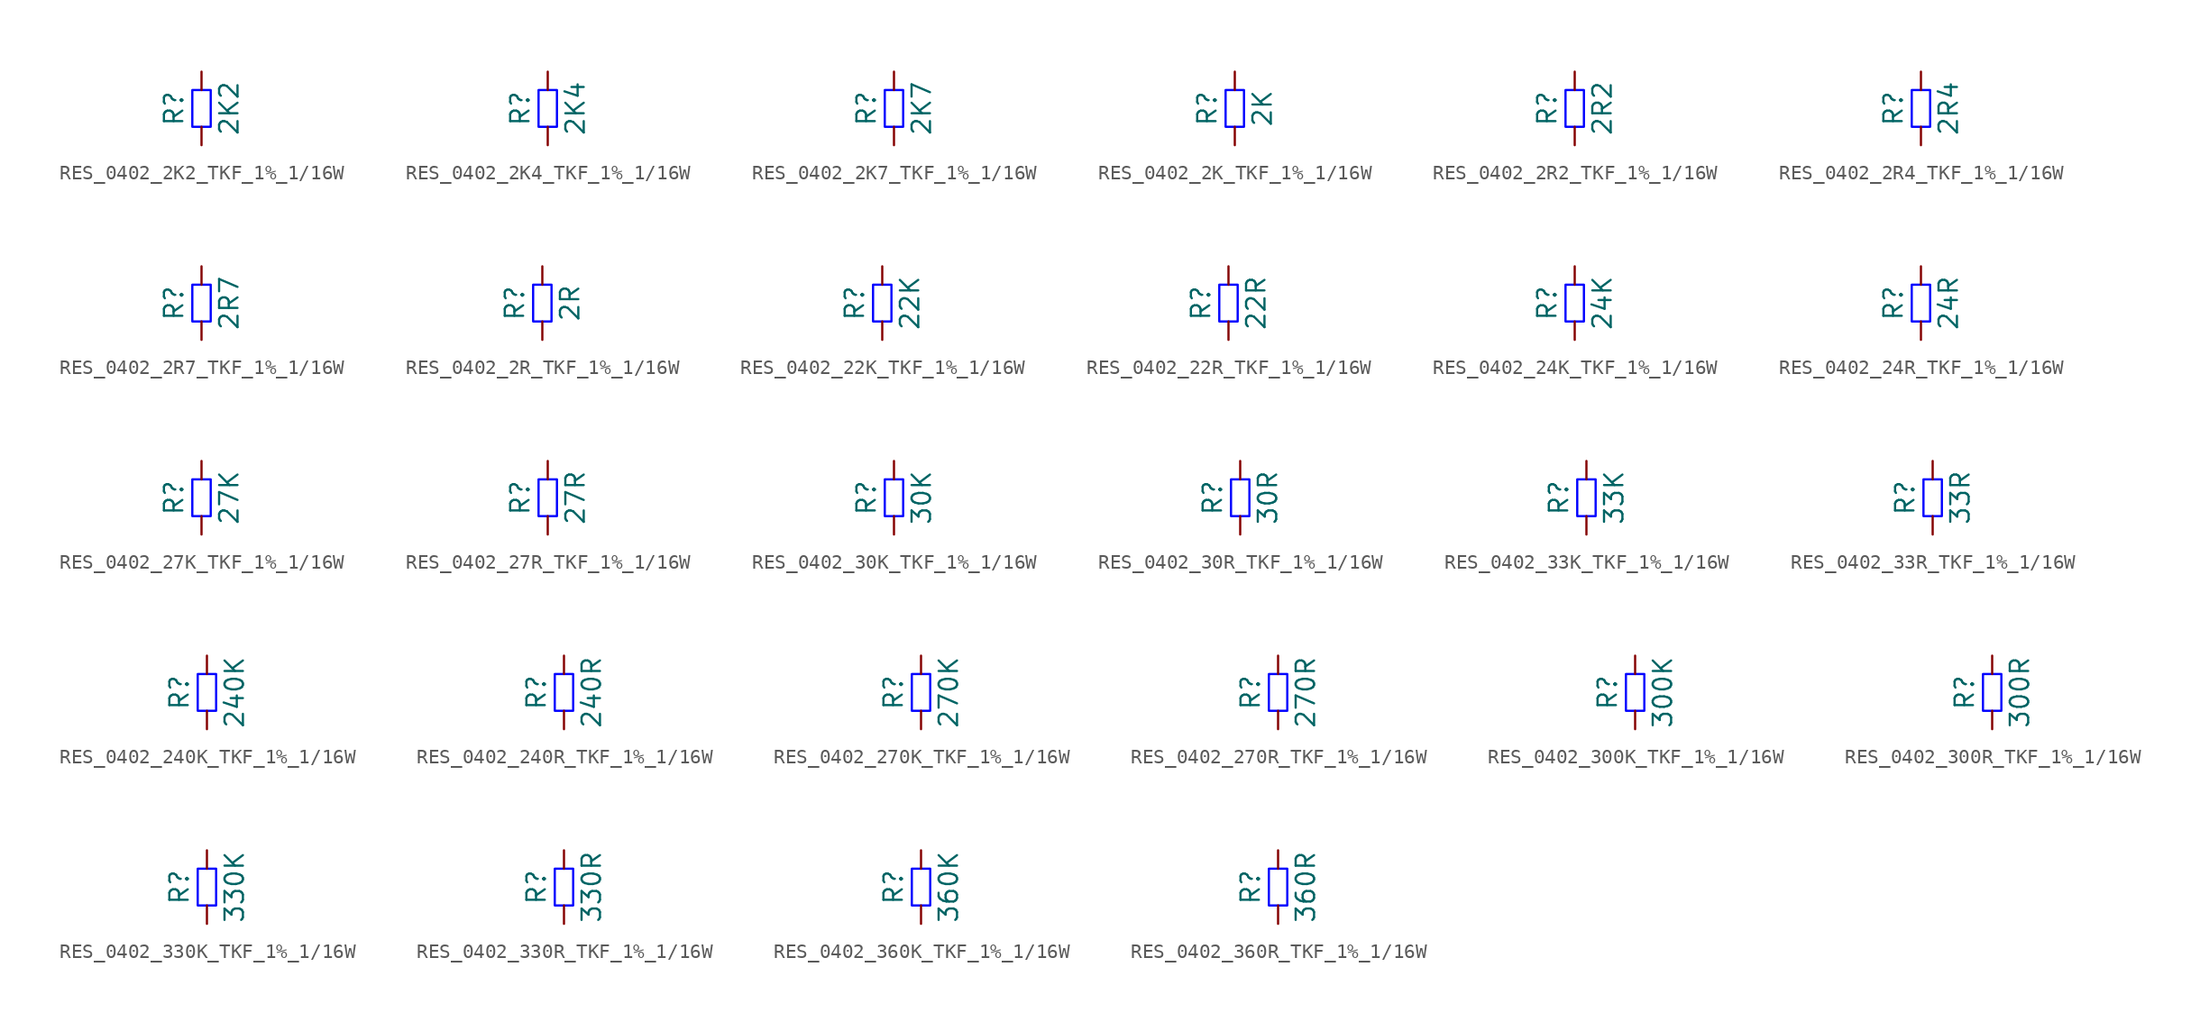
<source format=kicad_sym>
(kicad_symbol_lib
  (version 20220914)
  (generator kicad_symbol_editor)
  (symbol "RES_0402_2K2_TKF_1%_1/16W"
    (pin_numbers hide)
    (pin_names
      (offset 0) hide)
    (property "Reference" "R"
      (at -1.905 0 90)
      (do_not_autoplace)
      (effects (font (size 1.27 1.27))))
    (property "Value" "2K2"
      (at 1.905 0 90)
      (do_not_autoplace)
      (effects (font (size 1.27 1.27))))
    (symbol "RES_0402_2K2_TKF_1%_1/16W_1_1"
      (rectangle (start -0.635 -1.27) (end 0.635 1.27) (stroke (width 0) (type solid) (color 0 0 255 1)) (fill (type none)))
      (pin passive line (at 0 -2.54 90) (length 1.27) (name "~" (effects (font (size 1.27 1.27)))) (number "1" (effects (font (size 1.27 1.27)))))
      (pin passive line (at 0 2.54 270) (length 1.27) (name "~" (effects (font (size 1.27 1.27)))) (number "2" (effects (font (size 1.27 1.27)))))))
  (symbol "RES_0402_2K4_TKF_1%_1/16W"
    (pin_numbers hide)
    (pin_names
      (offset 0) hide)
    (property "Reference" "R"
      (at -1.905 0 90)
      (do_not_autoplace)
      (effects (font (size 1.27 1.27))))
    (property "Value" "2K4"
      (at 1.905 0 90)
      (do_not_autoplace)
      (effects (font (size 1.27 1.27))))
    (symbol "RES_0402_2K4_TKF_1%_1/16W_1_1"
      (rectangle (start -0.635 -1.27) (end 0.635 1.27) (stroke (width 0) (type solid) (color 0 0 255 1)) (fill (type none)))
      (pin passive line (at 0 -2.54 90) (length 1.27) (name "~" (effects (font (size 1.27 1.27)))) (number "1" (effects (font (size 1.27 1.27)))))
      (pin passive line (at 0 2.54 270) (length 1.27) (name "~" (effects (font (size 1.27 1.27)))) (number "2" (effects (font (size 1.27 1.27)))))))
  (symbol "RES_0402_2K7_TKF_1%_1/16W"
    (pin_numbers hide)
    (pin_names
      (offset 0) hide)
    (property "Reference" "R"
      (at -1.905 0 90)
      (do_not_autoplace)
      (effects (font (size 1.27 1.27))))
    (property "Value" "2K7"
      (at 1.905 0 90)
      (do_not_autoplace)
      (effects (font (size 1.27 1.27))))
    (symbol "RES_0402_2K7_TKF_1%_1/16W_1_1"
      (rectangle (start -0.635 -1.27) (end 0.635 1.27) (stroke (width 0) (type solid) (color 0 0 255 1)) (fill (type none)))
      (pin passive line (at 0 -2.54 90) (length 1.27) (name "~" (effects (font (size 1.27 1.27)))) (number "1" (effects (font (size 1.27 1.27)))))
      (pin passive line (at 0 2.54 270) (length 1.27) (name "~" (effects (font (size 1.27 1.27)))) (number "2" (effects (font (size 1.27 1.27)))))))
  (symbol "RES_0402_2K_TKF_1%_1/16W"
    (pin_numbers hide)
    (pin_names
      (offset 0) hide)
    (property "Reference" "R"
      (at -1.905 0 90)
      (do_not_autoplace)
      (effects (font (size 1.27 1.27))))
    (property "Value" "2K"
      (at 1.905 0 90)
      (do_not_autoplace)
      (effects (font (size 1.27 1.27))))
    (symbol "RES_0402_2K_TKF_1%_1/16W_1_1"
      (rectangle (start -0.635 -1.27) (end 0.635 1.27) (stroke (width 0) (type solid) (color 0 0 255 1)) (fill (type none)))
      (pin passive line (at 0 -2.54 90) (length 1.27) (name "~" (effects (font (size 1.27 1.27)))) (number "1" (effects (font (size 1.27 1.27)))))
      (pin passive line (at 0 2.54 270) (length 1.27) (name "~" (effects (font (size 1.27 1.27)))) (number "2" (effects (font (size 1.27 1.27)))))))
  (symbol "RES_0402_2R2_TKF_1%_1/16W"
    (pin_numbers hide)
    (pin_names
      (offset 0) hide)
    (property "Reference" "R"
      (at -1.905 0 90)
      (do_not_autoplace)
      (effects (font (size 1.27 1.27))))
    (property "Value" "2R2"
      (at 1.905 0 90)
      (do_not_autoplace)
      (effects (font (size 1.27 1.27))))
    (symbol "RES_0402_2R2_TKF_1%_1/16W_1_1"
      (rectangle (start -0.635 -1.27) (end 0.635 1.27) (stroke (width 0) (type solid) (color 0 0 255 1)) (fill (type none)))
      (pin passive line (at 0 -2.54 90) (length 1.27) (name "~" (effects (font (size 1.27 1.27)))) (number "1" (effects (font (size 1.27 1.27)))))
      (pin passive line (at 0 2.54 270) (length 1.27) (name "~" (effects (font (size 1.27 1.27)))) (number "2" (effects (font (size 1.27 1.27)))))))
  (symbol "RES_0402_2R4_TKF_1%_1/16W"
    (pin_numbers hide)
    (pin_names
      (offset 0) hide)
    (property "Reference" "R"
      (at -1.905 0 90)
      (do_not_autoplace)
      (effects (font (size 1.27 1.27))))
    (property "Value" "2R4"
      (at 1.905 0 90)
      (do_not_autoplace)
      (effects (font (size 1.27 1.27))))
    (symbol "RES_0402_2R4_TKF_1%_1/16W_1_1"
      (rectangle (start -0.635 -1.27) (end 0.635 1.27) (stroke (width 0) (type solid) (color 0 0 255 1)) (fill (type none)))
      (pin passive line (at 0 -2.54 90) (length 1.27) (name "~" (effects (font (size 1.27 1.27)))) (number "1" (effects (font (size 1.27 1.27)))))
      (pin passive line (at 0 2.54 270) (length 1.27) (name "~" (effects (font (size 1.27 1.27)))) (number "2" (effects (font (size 1.27 1.27)))))))
  (symbol "RES_0402_2R7_TKF_1%_1/16W"
    (pin_numbers hide)
    (pin_names
      (offset 0) hide)
    (property "Reference" "R"
      (at -1.905 0 90)
      (do_not_autoplace)
      (effects (font (size 1.27 1.27))))
    (property "Value" "2R7"
      (at 1.905 0 90)
      (do_not_autoplace)
      (effects (font (size 1.27 1.27))))
    (symbol "RES_0402_2R7_TKF_1%_1/16W_1_1"
      (rectangle (start -0.635 -1.27) (end 0.635 1.27) (stroke (width 0) (type solid) (color 0 0 255 1)) (fill (type none)))
      (pin passive line (at 0 -2.54 90) (length 1.27) (name "~" (effects (font (size 1.27 1.27)))) (number "1" (effects (font (size 1.27 1.27)))))
      (pin passive line (at 0 2.54 270) (length 1.27) (name "~" (effects (font (size 1.27 1.27)))) (number "2" (effects (font (size 1.27 1.27)))))))
  (symbol "RES_0402_2R_TKF_1%_1/16W"
    (pin_numbers hide)
    (pin_names
      (offset 0) hide)
    (property "Reference" "R"
      (at -1.905 0 90)
      (do_not_autoplace)
      (effects (font (size 1.27 1.27))))
    (property "Value" "2R"
      (at 1.905 0 90)
      (do_not_autoplace)
      (effects (font (size 1.27 1.27))))
    (symbol "RES_0402_2R_TKF_1%_1/16W_1_1"
      (rectangle (start -0.635 -1.27) (end 0.635 1.27) (stroke (width 0) (type solid) (color 0 0 255 1)) (fill (type none)))
      (pin passive line (at 0 -2.54 90) (length 1.27) (name "~" (effects (font (size 1.27 1.27)))) (number "1" (effects (font (size 1.27 1.27)))))
      (pin passive line (at 0 2.54 270) (length 1.27) (name "~" (effects (font (size 1.27 1.27)))) (number "2" (effects (font (size 1.27 1.27)))))))
  (symbol "RES_0402_22K_TKF_1%_1/16W"
    (pin_numbers hide)
    (pin_names
      (offset 0) hide)
    (property "Reference" "R"
      (at -1.905 0 90)
      (do_not_autoplace)
      (effects (font (size 1.27 1.27))))
    (property "Value" "22K"
      (at 1.905 0 90)
      (do_not_autoplace)
      (effects (font (size 1.27 1.27))))
    (symbol "RES_0402_22K_TKF_1%_1/16W_1_1"
      (rectangle (start -0.635 -1.27) (end 0.635 1.27) (stroke (width 0) (type solid) (color 0 0 255 1)) (fill (type none)))
      (pin passive line (at 0 -2.54 90) (length 1.27) (name "~" (effects (font (size 1.27 1.27)))) (number "1" (effects (font (size 1.27 1.27)))))
      (pin passive line (at 0 2.54 270) (length 1.27) (name "~" (effects (font (size 1.27 1.27)))) (number "2" (effects (font (size 1.27 1.27)))))))
  (symbol "RES_0402_22R_TKF_1%_1/16W"
    (pin_numbers hide)
    (pin_names
      (offset 0) hide)
    (property "Reference" "R"
      (at -1.905 0 90)
      (do_not_autoplace)
      (effects (font (size 1.27 1.27))))
    (property "Value" "22R"
      (at 1.905 0 90)
      (do_not_autoplace)
      (effects (font (size 1.27 1.27))))
    (symbol "RES_0402_22R_TKF_1%_1/16W_1_1"
      (rectangle (start -0.635 -1.27) (end 0.635 1.27) (stroke (width 0) (type solid) (color 0 0 255 1)) (fill (type none)))
      (pin passive line (at 0 -2.54 90) (length 1.27) (name "~" (effects (font (size 1.27 1.27)))) (number "1" (effects (font (size 1.27 1.27)))))
      (pin passive line (at 0 2.54 270) (length 1.27) (name "~" (effects (font (size 1.27 1.27)))) (number "2" (effects (font (size 1.27 1.27)))))))
  (symbol "RES_0402_24K_TKF_1%_1/16W"
    (pin_numbers hide)
    (pin_names
      (offset 0) hide)
    (property "Reference" "R"
      (at -1.905 0 90)
      (do_not_autoplace)
      (effects (font (size 1.27 1.27))))
    (property "Value" "24K"
      (at 1.905 0 90)
      (do_not_autoplace)
      (effects (font (size 1.27 1.27))))
    (symbol "RES_0402_24K_TKF_1%_1/16W_1_1"
      (rectangle (start -0.635 -1.27) (end 0.635 1.27) (stroke (width 0) (type solid) (color 0 0 255 1)) (fill (type none)))
      (pin passive line (at 0 -2.54 90) (length 1.27) (name "~" (effects (font (size 1.27 1.27)))) (number "1" (effects (font (size 1.27 1.27)))))
      (pin passive line (at 0 2.54 270) (length 1.27) (name "~" (effects (font (size 1.27 1.27)))) (number "2" (effects (font (size 1.27 1.27)))))))
  (symbol "RES_0402_24R_TKF_1%_1/16W"
    (pin_numbers hide)
    (pin_names
      (offset 0) hide)
    (property "Reference" "R"
      (at -1.905 0 90)
      (do_not_autoplace)
      (effects (font (size 1.27 1.27))))
    (property "Value" "24R"
      (at 1.905 0 90)
      (do_not_autoplace)
      (effects (font (size 1.27 1.27))))
    (symbol "RES_0402_24R_TKF_1%_1/16W_1_1"
      (rectangle (start -0.635 -1.27) (end 0.635 1.27) (stroke (width 0) (type solid) (color 0 0 255 1)) (fill (type none)))
      (pin passive line (at 0 -2.54 90) (length 1.27) (name "~" (effects (font (size 1.27 1.27)))) (number "1" (effects (font (size 1.27 1.27)))))
      (pin passive line (at 0 2.54 270) (length 1.27) (name "~" (effects (font (size 1.27 1.27)))) (number "2" (effects (font (size 1.27 1.27)))))))
  (symbol "RES_0402_27K_TKF_1%_1/16W"
    (pin_numbers hide)
    (pin_names
      (offset 0) hide)
    (property "Reference" "R"
      (at -1.905 0 90)
      (do_not_autoplace)
      (effects (font (size 1.27 1.27))))
    (property "Value" "27K"
      (at 1.905 0 90)
      (do_not_autoplace)
      (effects (font (size 1.27 1.27))))
    (symbol "RES_0402_27K_TKF_1%_1/16W_1_1"
      (rectangle (start -0.635 -1.27) (end 0.635 1.27) (stroke (width 0) (type solid) (color 0 0 255 1)) (fill (type none)))
      (pin passive line (at 0 -2.54 90) (length 1.27) (name "~" (effects (font (size 1.27 1.27)))) (number "1" (effects (font (size 1.27 1.27)))))
      (pin passive line (at 0 2.54 270) (length 1.27) (name "~" (effects (font (size 1.27 1.27)))) (number "2" (effects (font (size 1.27 1.27)))))))
  (symbol "RES_0402_27R_TKF_1%_1/16W"
    (pin_numbers hide)
    (pin_names
      (offset 0) hide)
    (property "Reference" "R"
      (at -1.905 0 90)
      (do_not_autoplace)
      (effects (font (size 1.27 1.27))))
    (property "Value" "27R"
      (at 1.905 0 90)
      (do_not_autoplace)
      (effects (font (size 1.27 1.27))))
    (symbol "RES_0402_27R_TKF_1%_1/16W_1_1"
      (rectangle (start -0.635 -1.27) (end 0.635 1.27) (stroke (width 0) (type solid) (color 0 0 255 1)) (fill (type none)))
      (pin passive line (at 0 -2.54 90) (length 1.27) (name "~" (effects (font (size 1.27 1.27)))) (number "1" (effects (font (size 1.27 1.27)))))
      (pin passive line (at 0 2.54 270) (length 1.27) (name "~" (effects (font (size 1.27 1.27)))) (number "2" (effects (font (size 1.27 1.27)))))))
  (symbol "RES_0402_30K_TKF_1%_1/16W"
    (pin_numbers hide)
    (pin_names
      (offset 0) hide)
    (property "Reference" "R"
      (at -1.905 0 90)
      (do_not_autoplace)
      (effects (font (size 1.27 1.27))))
    (property "Value" "30K"
      (at 1.905 0 90)
      (do_not_autoplace)
      (effects (font (size 1.27 1.27))))
    (symbol "RES_0402_30K_TKF_1%_1/16W_1_1"
      (rectangle (start -0.635 -1.27) (end 0.635 1.27) (stroke (width 0) (type solid) (color 0 0 255 1)) (fill (type none)))
      (pin passive line (at 0 -2.54 90) (length 1.27) (name "~" (effects (font (size 1.27 1.27)))) (number "1" (effects (font (size 1.27 1.27)))))
      (pin passive line (at 0 2.54 270) (length 1.27) (name "~" (effects (font (size 1.27 1.27)))) (number "2" (effects (font (size 1.27 1.27)))))))
  (symbol "RES_0402_30R_TKF_1%_1/16W"
    (pin_numbers hide)
    (pin_names
      (offset 0) hide)
    (property "Reference" "R"
      (at -1.905 0 90)
      (do_not_autoplace)
      (effects (font (size 1.27 1.27))))
    (property "Value" "30R"
      (at 1.905 0 90)
      (do_not_autoplace)
      (effects (font (size 1.27 1.27))))
    (symbol "RES_0402_30R_TKF_1%_1/16W_1_1"
      (rectangle (start -0.635 -1.27) (end 0.635 1.27) (stroke (width 0) (type solid) (color 0 0 255 1)) (fill (type none)))
      (pin passive line (at 0 -2.54 90) (length 1.27) (name "~" (effects (font (size 1.27 1.27)))) (number "1" (effects (font (size 1.27 1.27)))))
      (pin passive line (at 0 2.54 270) (length 1.27) (name "~" (effects (font (size 1.27 1.27)))) (number "2" (effects (font (size 1.27 1.27)))))))
  (symbol "RES_0402_33K_TKF_1%_1/16W"
    (pin_numbers hide)
    (pin_names
      (offset 0) hide)
    (property "Reference" "R"
      (at -1.905 0 90)
      (do_not_autoplace)
      (effects (font (size 1.27 1.27))))
    (property "Value" "33K"
      (at 1.905 0 90)
      (do_not_autoplace)
      (effects (font (size 1.27 1.27))))
    (symbol "RES_0402_33K_TKF_1%_1/16W_1_1"
      (rectangle (start -0.635 -1.27) (end 0.635 1.27) (stroke (width 0) (type solid) (color 0 0 255 1)) (fill (type none)))
      (pin passive line (at 0 -2.54 90) (length 1.27) (name "~" (effects (font (size 1.27 1.27)))) (number "1" (effects (font (size 1.27 1.27)))))
      (pin passive line (at 0 2.54 270) (length 1.27) (name "~" (effects (font (size 1.27 1.27)))) (number "2" (effects (font (size 1.27 1.27)))))))
  (symbol "RES_0402_33R_TKF_1%_1/16W"
    (pin_numbers hide)
    (pin_names
      (offset 0) hide)
    (property "Reference" "R"
      (at -1.905 0 90)
      (do_not_autoplace)
      (effects (font (size 1.27 1.27))))
    (property "Value" "33R"
      (at 1.905 0 90)
      (do_not_autoplace)
      (effects (font (size 1.27 1.27))))
    (symbol "RES_0402_33R_TKF_1%_1/16W_1_1"
      (rectangle (start -0.635 -1.27) (end 0.635 1.27) (stroke (width 0) (type solid) (color 0 0 255 1)) (fill (type none)))
      (pin passive line (at 0 -2.54 90) (length 1.27) (name "~" (effects (font (size 1.27 1.27)))) (number "1" (effects (font (size 1.27 1.27)))))
      (pin passive line (at 0 2.54 270) (length 1.27) (name "~" (effects (font (size 1.27 1.27)))) (number "2" (effects (font (size 1.27 1.27)))))))
  (symbol "RES_0402_240K_TKF_1%_1/16W"
    (pin_numbers hide)
    (pin_names
      (offset 0) hide)
    (property "Reference" "R"
      (at -1.905 0 90)
      (do_not_autoplace)
      (effects (font (size 1.27 1.27))))
    (property "Value" "240K"
      (at 1.905 0 90)
      (do_not_autoplace)
      (effects (font (size 1.27 1.27))))
    (symbol "RES_0402_240K_TKF_1%_1/16W_1_1"
      (rectangle (start -0.635 -1.27) (end 0.635 1.27) (stroke (width 0) (type solid) (color 0 0 255 1)) (fill (type none)))
      (pin passive line (at 0 -2.54 90) (length 1.27) (name "~" (effects (font (size 1.27 1.27)))) (number "1" (effects (font (size 1.27 1.27)))))
      (pin passive line (at 0 2.54 270) (length 1.27) (name "~" (effects (font (size 1.27 1.27)))) (number "2" (effects (font (size 1.27 1.27)))))))
  (symbol "RES_0402_240R_TKF_1%_1/16W"
    (pin_numbers hide)
    (pin_names
      (offset 0) hide)
    (property "Reference" "R"
      (at -1.905 0 90)
      (do_not_autoplace)
      (effects (font (size 1.27 1.27))))
    (property "Value" "240R"
      (at 1.905 0 90)
      (do_not_autoplace)
      (effects (font (size 1.27 1.27))))
    (symbol "RES_0402_240R_TKF_1%_1/16W_1_1"
      (rectangle (start -0.635 -1.27) (end 0.635 1.27) (stroke (width 0) (type solid) (color 0 0 255 1)) (fill (type none)))
      (pin passive line (at 0 -2.54 90) (length 1.27) (name "~" (effects (font (size 1.27 1.27)))) (number "1" (effects (font (size 1.27 1.27)))))
      (pin passive line (at 0 2.54 270) (length 1.27) (name "~" (effects (font (size 1.27 1.27)))) (number "2" (effects (font (size 1.27 1.27)))))))
  (symbol "RES_0402_270K_TKF_1%_1/16W"
    (pin_numbers hide)
    (pin_names
      (offset 0) hide)
    (property "Reference" "R"
      (at -1.905 0 90)
      (do_not_autoplace)
      (effects (font (size 1.27 1.27))))
    (property "Value" "270K"
      (at 1.905 0 90)
      (do_not_autoplace)
      (effects (font (size 1.27 1.27))))
    (symbol "RES_0402_270K_TKF_1%_1/16W_1_1"
      (rectangle (start -0.635 -1.27) (end 0.635 1.27) (stroke (width 0) (type solid) (color 0 0 255 1)) (fill (type none)))
      (pin passive line (at 0 -2.54 90) (length 1.27) (name "~" (effects (font (size 1.27 1.27)))) (number "1" (effects (font (size 1.27 1.27)))))
      (pin passive line (at 0 2.54 270) (length 1.27) (name "~" (effects (font (size 1.27 1.27)))) (number "2" (effects (font (size 1.27 1.27)))))))
  (symbol "RES_0402_270R_TKF_1%_1/16W"
    (pin_numbers hide)
    (pin_names
      (offset 0) hide)
    (property "Reference" "R"
      (at -1.905 0 90)
      (do_not_autoplace)
      (effects (font (size 1.27 1.27))))
    (property "Value" "270R"
      (at 1.905 0 90)
      (do_not_autoplace)
      (effects (font (size 1.27 1.27))))
    (symbol "RES_0402_270R_TKF_1%_1/16W_1_1"
      (rectangle (start -0.635 -1.27) (end 0.635 1.27) (stroke (width 0) (type solid) (color 0 0 255 1)) (fill (type none)))
      (pin passive line (at 0 -2.54 90) (length 1.27) (name "~" (effects (font (size 1.27 1.27)))) (number "1" (effects (font (size 1.27 1.27)))))
      (pin passive line (at 0 2.54 270) (length 1.27) (name "~" (effects (font (size 1.27 1.27)))) (number "2" (effects (font (size 1.27 1.27)))))))
  (symbol "RES_0402_300K_TKF_1%_1/16W"
    (pin_numbers hide)
    (pin_names
      (offset 0) hide)
    (property "Reference" "R"
      (at -1.905 0 90)
      (do_not_autoplace)
      (effects (font (size 1.27 1.27))))
    (property "Value" "300K"
      (at 1.905 0 90)
      (do_not_autoplace)
      (effects (font (size 1.27 1.27))))
    (symbol "RES_0402_300K_TKF_1%_1/16W_1_1"
      (rectangle (start -0.635 -1.27) (end 0.635 1.27) (stroke (width 0) (type solid) (color 0 0 255 1)) (fill (type none)))
      (pin passive line (at 0 -2.54 90) (length 1.27) (name "~" (effects (font (size 1.27 1.27)))) (number "1" (effects (font (size 1.27 1.27)))))
      (pin passive line (at 0 2.54 270) (length 1.27) (name "~" (effects (font (size 1.27 1.27)))) (number "2" (effects (font (size 1.27 1.27)))))))
  (symbol "RES_0402_300R_TKF_1%_1/16W"
    (pin_numbers hide)
    (pin_names
      (offset 0) hide)
    (property "Reference" "R"
      (at -1.905 0 90)
      (do_not_autoplace)
      (effects (font (size 1.27 1.27))))
    (property "Value" "300R"
      (at 1.905 0 90)
      (do_not_autoplace)
      (effects (font (size 1.27 1.27))))
    (symbol "RES_0402_300R_TKF_1%_1/16W_1_1"
      (rectangle (start -0.635 -1.27) (end 0.635 1.27) (stroke (width 0) (type solid) (color 0 0 255 1)) (fill (type none)))
      (pin passive line (at 0 -2.54 90) (length 1.27) (name "~" (effects (font (size 1.27 1.27)))) (number "1" (effects (font (size 1.27 1.27)))))
      (pin passive line (at 0 2.54 270) (length 1.27) (name "~" (effects (font (size 1.27 1.27)))) (number "2" (effects (font (size 1.27 1.27)))))))
  (symbol "RES_0402_330K_TKF_1%_1/16W"
    (pin_numbers hide)
    (pin_names
      (offset 0) hide)
    (property "Reference" "R"
      (at -1.905 0 90)
      (do_not_autoplace)
      (effects (font (size 1.27 1.27))))
    (property "Value" "330K"
      (at 1.905 0 90)
      (do_not_autoplace)
      (effects (font (size 1.27 1.27))))
    (symbol "RES_0402_330K_TKF_1%_1/16W_1_1"
      (rectangle (start -0.635 -1.27) (end 0.635 1.27) (stroke (width 0) (type solid) (color 0 0 255 1)) (fill (type none)))
      (pin passive line (at 0 -2.54 90) (length 1.27) (name "~" (effects (font (size 1.27 1.27)))) (number "1" (effects (font (size 1.27 1.27)))))
      (pin passive line (at 0 2.54 270) (length 1.27) (name "~" (effects (font (size 1.27 1.27)))) (number "2" (effects (font (size 1.27 1.27)))))))
  (symbol "RES_0402_330R_TKF_1%_1/16W"
    (pin_numbers hide)
    (pin_names
      (offset 0) hide)
    (property "Reference" "R"
      (at -1.905 0 90)
      (do_not_autoplace)
      (effects (font (size 1.27 1.27))))
    (property "Value" "330R"
      (at 1.905 0 90)
      (do_not_autoplace)
      (effects (font (size 1.27 1.27))))
    (symbol "RES_0402_330R_TKF_1%_1/16W_1_1"
      (rectangle (start -0.635 -1.27) (end 0.635 1.27) (stroke (width 0) (type solid) (color 0 0 255 1)) (fill (type none)))
      (pin passive line (at 0 -2.54 90) (length 1.27) (name "~" (effects (font (size 1.27 1.27)))) (number "1" (effects (font (size 1.27 1.27)))))
      (pin passive line (at 0 2.54 270) (length 1.27) (name "~" (effects (font (size 1.27 1.27)))) (number "2" (effects (font (size 1.27 1.27)))))))
  (symbol "RES_0402_360K_TKF_1%_1/16W"
    (pin_numbers hide)
    (pin_names
      (offset 0) hide)
    (property "Reference" "R"
      (at -1.905 0 90)
      (do_not_autoplace)
      (effects (font (size 1.27 1.27))))
    (property "Value" "360K"
      (at 1.905 0 90)
      (do_not_autoplace)
      (effects (font (size 1.27 1.27))))
    (symbol "RES_0402_360K_TKF_1%_1/16W_1_1"
      (rectangle (start -0.635 -1.27) (end 0.635 1.27) (stroke (width 0) (type solid) (color 0 0 255 1)) (fill (type none)))
      (pin passive line (at 0 -2.54 90) (length 1.27) (name "~" (effects (font (size 1.27 1.27)))) (number "1" (effects (font (size 1.27 1.27)))))
      (pin passive line (at 0 2.54 270) (length 1.27) (name "~" (effects (font (size 1.27 1.27)))) (number "2" (effects (font (size 1.27 1.27)))))))
  (symbol "RES_0402_360R_TKF_1%_1/16W"
    (pin_numbers hide)
    (pin_names
      (offset 0) hide)
    (property "Reference" "R"
      (at -1.905 0 90)
      (do_not_autoplace)
      (effects (font (size 1.27 1.27))))
    (property "Value" "360R"
      (at 1.905 0 90)
      (do_not_autoplace)
      (effects (font (size 1.27 1.27))))
    (symbol "RES_0402_360R_TKF_1%_1/16W_1_1"
      (rectangle (start -0.635 -1.27) (end 0.635 1.27) (stroke (width 0) (type solid) (color 0 0 255 1)) (fill (type none)))
      (pin passive line (at 0 -2.54 90) (length 1.27) (name "~" (effects (font (size 1.27 1.27)))) (number "1" (effects (font (size 1.27 1.27)))))
      (pin passive line (at 0 2.54 270) (length 1.27) (name "~" (effects (font (size 1.27 1.27)))) (number "2" (effects (font (size 1.27 1.27))))))))
</source>
